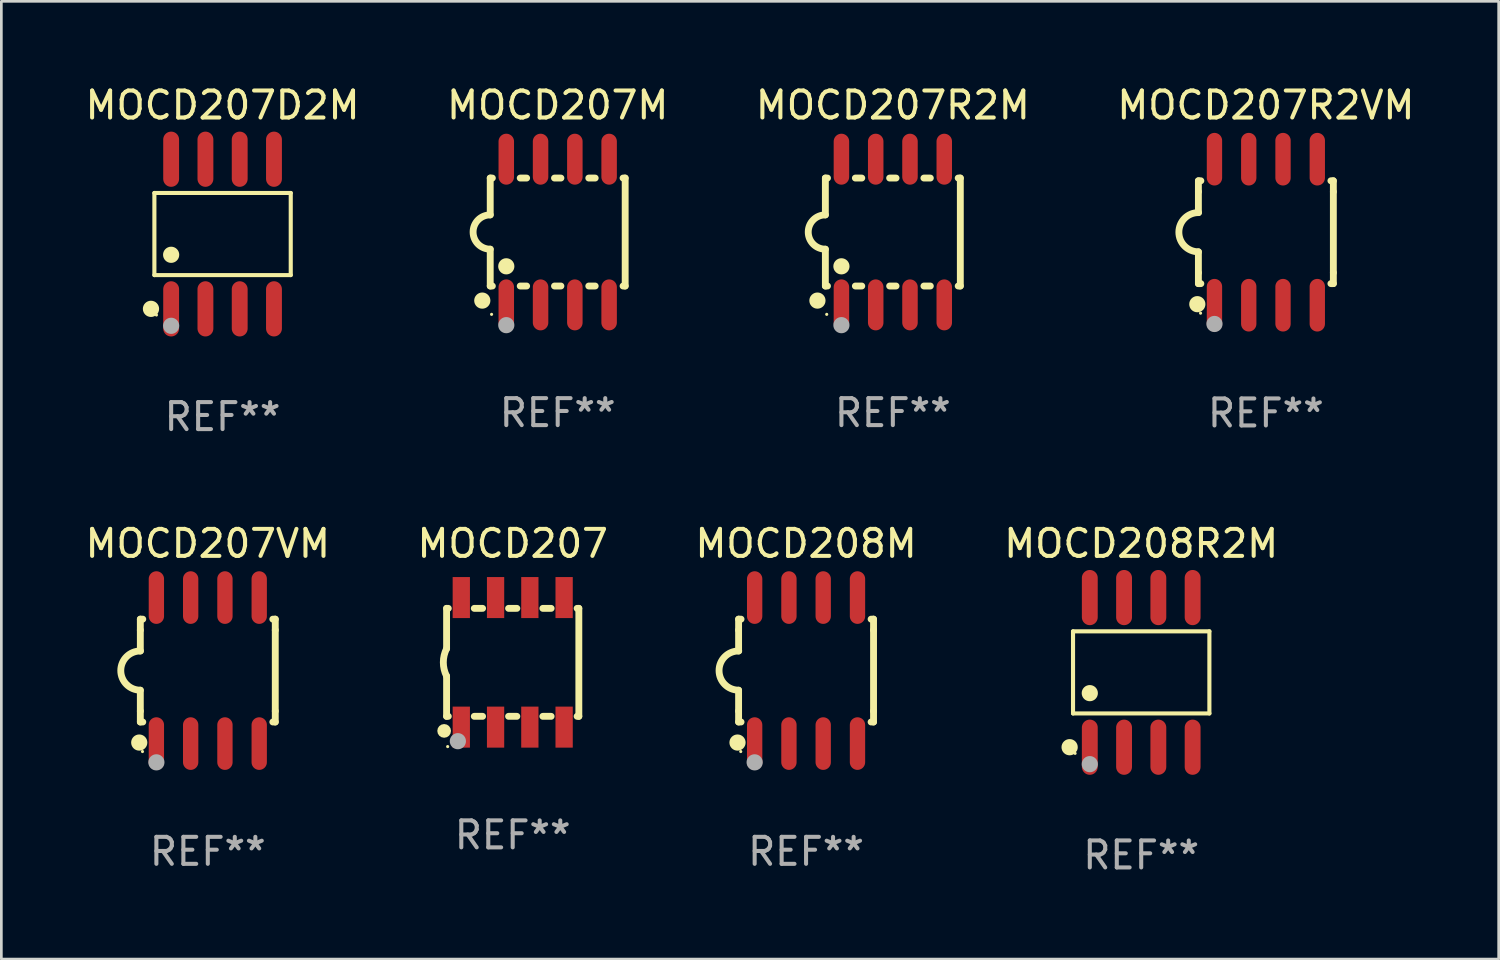
<source format=kicad_pcb>
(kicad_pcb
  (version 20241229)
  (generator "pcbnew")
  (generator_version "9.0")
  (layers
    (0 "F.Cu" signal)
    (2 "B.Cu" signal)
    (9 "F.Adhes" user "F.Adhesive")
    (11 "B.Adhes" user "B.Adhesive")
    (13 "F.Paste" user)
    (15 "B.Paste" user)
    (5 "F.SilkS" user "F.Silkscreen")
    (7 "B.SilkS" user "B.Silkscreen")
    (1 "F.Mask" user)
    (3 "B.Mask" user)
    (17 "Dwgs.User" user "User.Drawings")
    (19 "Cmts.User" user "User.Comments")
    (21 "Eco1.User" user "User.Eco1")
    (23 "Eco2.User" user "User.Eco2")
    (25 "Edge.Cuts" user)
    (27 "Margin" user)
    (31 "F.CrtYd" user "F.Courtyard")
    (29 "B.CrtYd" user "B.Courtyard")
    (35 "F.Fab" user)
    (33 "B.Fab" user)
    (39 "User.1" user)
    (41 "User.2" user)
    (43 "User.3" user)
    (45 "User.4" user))
  (footprint "MOCD207VM"
    (layer "F.Cu")
    (at 4.649 21.795)
    (property "Reference" "MOCD207VM" (at 0 -4.705 0) (layer "F.SilkS") (effects (font (size 1 1) (thickness 0.15))))
    (attr through_hole)
    (fp_line (start -2.5 -1.905) (end -2.409 -1.905) (stroke (width 0.254) (type solid)) (layer "F.SilkS"))
    (fp_line (start -2.5 -1.5) (end -2.5 -1.905) (stroke (width 0.254) (type solid)) (layer "F.SilkS"))
    (fp_line (start -2.5 -1.5) (end -2.5 -0.726) (stroke (width 0.254) (type solid)) (layer "F.SilkS"))
    (fp_line (start -2.5 1.5) (end -2.5 0.727) (stroke (width 0.254) (type solid)) (layer "F.SilkS"))
    (fp_line (start -2.5 1.5) (end -2.5 1.905) (stroke (width 0.254) (type solid)) (layer "F.SilkS"))
    (fp_line (start -2.5 1.905) (end -2.409 1.905) (stroke (width 0.254) (type solid)) (layer "F.SilkS"))
    (fp_line (start 2.5 -1.905) (end 2.409 -1.905) (stroke (width 0.254) (type solid)) (layer "F.SilkS"))
    (fp_line (start 2.5 -1.5) (end 2.5 -1.905) (stroke (width 0.254) (type solid)) (layer "F.SilkS"))
    (fp_line (start 2.5 -1.5) (end 2.5 1.5) (stroke (width 0.254) (type solid)) (layer "F.SilkS"))
    (fp_line (start 2.5 1.5) (end 2.5 1.905) (stroke (width 0.254) (type solid)) (layer "F.SilkS"))
    (fp_line (start 2.5 1.905) (end 2.409 1.905) (stroke (width 0.254) (type solid)) (layer "F.SilkS"))
    (fp_arc (start -2.5 0.726568) (mid -3.220316 -0.0023) (end -2.495097 -0.726289) (stroke (width 0.254001) (type solid)) (layer "F.SilkS"))
    (fp_circle (center -2.54 2.667) (end -2.39 2.667) (stroke (width 0.3) (type solid)) (fill no) (layer "F.SilkS"))
    (fp_circle (center -2.42 3) (end -2.39 3) (stroke (width 0.06) (type solid)) (fill no) (layer "F.SilkS"))
    (fp_circle (center -1.905 3.4) (end -1.755 3.4) (stroke (width 0.3) (type solid)) (fill no) (layer "F.Fab"))
    (fp_text user "REF**" (at 0 6.705 0) (layer "F.Fab") (effects (font (size 1 1) (thickness 0.15))))
    (pad "1" smd oval (at -1.905 2.705) (size 0.568 1.95) (layers "F.Cu" "F.Mask" "F.Paste"))
    (pad "2" smd oval (at -0.635 2.705) (size 0.568 1.95) (layers "F.Cu" "F.Mask" "F.Paste"))
    (pad "3" smd oval (at 0.635 2.705) (size 0.568 1.95) (layers "F.Cu" "F.Mask" "F.Paste"))
    (pad "4" smd oval (at 1.905 2.705) (size 0.568 1.95) (layers "F.Cu" "F.Mask" "F.Paste"))
    (pad "5" smd oval (at 1.905 -2.705) (size 0.568 1.95) (layers "F.Cu" "F.Mask" "F.Paste"))
    (pad "6" smd oval (at 0.635 -2.705) (size 0.568 1.95) (layers "F.Cu" "F.Mask" "F.Paste"))
    (pad "7" smd oval (at -0.635 -2.705) (size 0.568 1.95) (layers "F.Cu" "F.Mask" "F.Paste"))
    (pad "8" smd oval (at -1.905 -2.705) (size 0.568 1.95) (layers "F.Cu" "F.Mask" "F.Paste")))
  (footprint "MOCD207M"
    (layer "F.Cu")
    (at 17.613 5.547)
    (property "Reference" "MOCD207M" (at 0 -4.699 0) (layer "F.SilkS") (effects (font (size 1 1) (thickness 0.15))))
    (attr through_hole)
    (fp_line (start -2.5 -2) (end -2.5 -0.635) (stroke (width 0.254) (type solid)) (layer "F.SilkS"))
    (fp_line (start -2.5 -2) (end -2.421 -2) (stroke (width 0.254) (type solid)) (layer "F.SilkS"))
    (fp_line (start -2.5 2) (end -2.5 0.635) (stroke (width 0.254) (type solid)) (layer "F.SilkS"))
    (fp_line (start -2.5 2) (end -2.421 2) (stroke (width 0.254) (type solid)) (layer "F.SilkS"))
    (fp_line (start -1.389 -2) (end -1.151 -2) (stroke (width 0.254) (type solid)) (layer "F.SilkS"))
    (fp_line (start -1.389 2) (end -1.151 2) (stroke (width 0.254) (type solid)) (layer "F.SilkS"))
    (fp_line (start -0.119 -2) (end 0.119 -2) (stroke (width 0.254) (type solid)) (layer "F.SilkS"))
    (fp_line (start -0.119 2) (end 0.119 2) (stroke (width 0.254) (type solid)) (layer "F.SilkS"))
    (fp_line (start 1.151 -2) (end 1.389 -2) (stroke (width 0.254) (type solid)) (layer "F.SilkS"))
    (fp_line (start 1.151 2) (end 1.389 2) (stroke (width 0.254) (type solid)) (layer "F.SilkS"))
    (fp_line (start 2.421 -2) (end 2.5 -2) (stroke (width 0.254) (type solid)) (layer "F.SilkS"))
    (fp_line (start 2.421 2) (end 2.5 2) (stroke (width 0.254) (type solid)) (layer "F.SilkS"))
    (fp_line (start 2.5 -2) (end 2.5 2) (stroke (width 0.254) (type solid)) (layer "F.SilkS"))
    (fp_arc (start -2.5 0.635001) (mid -3.134366 -0.000318) (end -2.499365 -0.635001) (stroke (width 0.254001) (type solid)) (layer "F.SilkS"))
    (fp_circle (center -2.794 2.54) (end -2.644 2.54) (stroke (width 0.3) (type solid)) (fill no) (layer "F.SilkS"))
    (fp_circle (center -2.45 3.05) (end -2.42 3.05) (stroke (width 0.06) (type solid)) (fill no) (layer "F.SilkS"))
    (fp_circle (center -1.905 1.27) (end -1.755 1.27) (stroke (width 0.3) (type solid)) (fill no) (layer "F.SilkS"))
    (fp_circle (center -1.905 3.45) (end -1.755 3.45) (stroke (width 0.3) (type solid)) (fill no) (layer "F.Fab"))
    (fp_text user "REF**" (at 0 6.699 0) (layer "F.Fab") (effects (font (size 1 1) (thickness 0.15))))
    (pad "1" smd oval (at -1.905 2.699) (size 0.574 1.888) (layers "F.Cu" "F.Mask" "F.Paste"))
    (pad "2" smd oval (at -0.635 2.699) (size 0.574 1.888) (layers "F.Cu" "F.Mask" "F.Paste"))
    (pad "3" smd oval (at 0.635 2.699) (size 0.574 1.888) (layers "F.Cu" "F.Mask" "F.Paste"))
    (pad "4" smd oval (at 1.905 2.699) (size 0.574 1.888) (layers "F.Cu" "F.Mask" "F.Paste"))
    (pad "5" smd oval (at 1.905 -2.699) (size 0.574 1.888) (layers "F.Cu" "F.Mask" "F.Paste"))
    (pad "6" smd oval (at 0.635 -2.699) (size 0.574 1.888) (layers "F.Cu" "F.Mask" "F.Paste"))
    (pad "7" smd oval (at -0.635 -2.699) (size 0.574 1.888) (layers "F.Cu" "F.Mask" "F.Paste"))
    (pad "8" smd oval (at -1.905 -2.699) (size 0.574 1.888) (layers "F.Cu" "F.Mask" "F.Paste")))
  (footprint "MOCD207D2M"
    (layer "F.Cu")
    (at 5.196 5.621)
    (property "Reference" "MOCD207D2M" (at 0 -4.772 0) (layer "F.SilkS") (effects (font (size 1 1) (thickness 0.15))))
    (attr through_hole)
    (fp_line (start -2.526 -1.521) (end 2.526 -1.521) (stroke (width 0.152) (type solid)) (layer "F.SilkS"))
    (fp_line (start -2.526 1.521) (end -2.526 -1.521) (stroke (width 0.152) (type solid)) (layer "F.SilkS"))
    (fp_line (start 2.526 -1.521) (end 2.526 1.521) (stroke (width 0.152) (type solid)) (layer "F.SilkS"))
    (fp_line (start 2.526 1.521) (end -2.526 1.521) (stroke (width 0.152) (type solid)) (layer "F.SilkS"))
    (fp_circle (center -2.652 2.772) (end -2.501 2.772) (stroke (width 0.3) (type solid)) (fill no) (layer "F.SilkS"))
    (fp_circle (center -2.45 3) (end -2.42 3) (stroke (width 0.06) (type solid)) (fill no) (layer "F.SilkS"))
    (fp_circle (center -1.905 0.769) (end -1.755 0.769) (stroke (width 0.3) (type solid)) (fill no) (layer "F.SilkS"))
    (fp_circle (center -1.905 3.4) (end -1.755 3.4) (stroke (width 0.3) (type solid)) (fill no) (layer "F.Fab"))
    (fp_text user "REF**" (at 0 6.772 0) (layer "F.Fab") (effects (font (size 1 1) (thickness 0.15))))
    (pad "1" smd oval (at -1.905 2.772) (size 0.588 2.045) (layers "F.Cu" "F.Mask" "F.Paste"))
    (pad "2" smd oval (at -0.635 2.772) (size 0.588 2.045) (layers "F.Cu" "F.Mask" "F.Paste"))
    (pad "3" smd oval (at 0.635 2.772) (size 0.588 2.045) (layers "F.Cu" "F.Mask" "F.Paste"))
    (pad "4" smd oval (at 1.905 2.772) (size 0.588 2.045) (layers "F.Cu" "F.Mask" "F.Paste"))
    (pad "5" smd oval (at 1.905 -2.772) (size 0.588 2.045) (layers "F.Cu" "F.Mask" "F.Paste"))
    (pad "6" smd oval (at 0.635 -2.772) (size 0.588 2.045) (layers "F.Cu" "F.Mask" "F.Paste"))
    (pad "7" smd oval (at -0.635 -2.772) (size 0.588 2.045) (layers "F.Cu" "F.Mask" "F.Paste"))
    (pad "8" smd oval (at -1.905 -2.772) (size 0.588 2.045) (layers "F.Cu" "F.Mask" "F.Paste")))
  (footprint "MOCD208R2M"
    (layer "F.Cu")
    (at 39.232 21.862)
    (property "Reference" "MOCD208R2M" (at 0 -4.772 0) (layer "F.SilkS") (effects (font (size 1 1) (thickness 0.15))))
    (attr through_hole)
    (fp_line (start -2.526 -1.521) (end 2.526 -1.521) (stroke (width 0.152) (type solid)) (layer "F.SilkS"))
    (fp_line (start -2.526 1.521) (end -2.526 -1.521) (stroke (width 0.152) (type solid)) (layer "F.SilkS"))
    (fp_line (start 2.526 -1.521) (end 2.526 1.521) (stroke (width 0.152) (type solid)) (layer "F.SilkS"))
    (fp_line (start 2.526 1.521) (end -2.526 1.521) (stroke (width 0.152) (type solid)) (layer "F.SilkS"))
    (fp_circle (center -2.652 2.772) (end -2.501 2.772) (stroke (width 0.3) (type solid)) (fill no) (layer "F.SilkS"))
    (fp_circle (center -2.45 3) (end -2.42 3) (stroke (width 0.06) (type solid)) (fill no) (layer "F.SilkS"))
    (fp_circle (center -1.905 0.769) (end -1.755 0.769) (stroke (width 0.3) (type solid)) (fill no) (layer "F.SilkS"))
    (fp_circle (center -1.905 3.4) (end -1.755 3.4) (stroke (width 0.3) (type solid)) (fill no) (layer "F.Fab"))
    (fp_text user "REF**" (at 0 6.772 0) (layer "F.Fab") (effects (font (size 1 1) (thickness 0.15))))
    (pad "1" smd oval (at -1.905 2.772) (size 0.588 2.045) (layers "F.Cu" "F.Mask" "F.Paste"))
    (pad "2" smd oval (at -0.635 2.772) (size 0.588 2.045) (layers "F.Cu" "F.Mask" "F.Paste"))
    (pad "3" smd oval (at 0.635 2.772) (size 0.588 2.045) (layers "F.Cu" "F.Mask" "F.Paste"))
    (pad "4" smd oval (at 1.905 2.772) (size 0.588 2.045) (layers "F.Cu" "F.Mask" "F.Paste"))
    (pad "5" smd oval (at 1.905 -2.772) (size 0.588 2.045) (layers "F.Cu" "F.Mask" "F.Paste"))
    (pad "6" smd oval (at 0.635 -2.772) (size 0.588 2.045) (layers "F.Cu" "F.Mask" "F.Paste"))
    (pad "7" smd oval (at -0.635 -2.772) (size 0.588 2.045) (layers "F.Cu" "F.Mask" "F.Paste"))
    (pad "8" smd oval (at -1.905 -2.772) (size 0.588 2.045) (layers "F.Cu" "F.Mask" "F.Paste")))
  (footprint "MOCD207"
    (layer "F.Cu")
    (at 15.946 21.49)
    (property "Reference" "MOCD207" (at 0 -4.4 0) (layer "F.SilkS") (effects (font (size 1 1) (thickness 0.15))))
    (attr through_hole)
    (fp_line (start -2.45 -0.508) (end -2.45 -2) (stroke (width 0.254) (type solid)) (layer "F.SilkS"))
    (fp_line (start -2.45 2) (end -2.45 0.508) (stroke (width 0.254) (type solid)) (layer "F.SilkS"))
    (fp_line (start -2.45 2) (end -2.386 2) (stroke (width 0.254) (type solid)) (layer "F.SilkS"))
    (fp_line (start -2.386 -2) (end -2.45 -2) (stroke (width 0.254) (type solid)) (layer "F.SilkS"))
    (fp_line (start -1.424 2) (end -1.116 2) (stroke (width 0.254) (type solid)) (layer "F.SilkS"))
    (fp_line (start -1.116 -2) (end -1.424 -2) (stroke (width 0.254) (type solid)) (layer "F.SilkS"))
    (fp_line (start -0.154 2) (end 0.154 2) (stroke (width 0.254) (type solid)) (layer "F.SilkS"))
    (fp_line (start 0.154 -2) (end -0.154 -2) (stroke (width 0.254) (type solid)) (layer "F.SilkS"))
    (fp_line (start 1.116 2) (end 1.424 2) (stroke (width 0.254) (type solid)) (layer "F.SilkS"))
    (fp_line (start 1.424 -2) (end 1.116 -2) (stroke (width 0.254) (type solid)) (layer "F.SilkS"))
    (fp_line (start 2.386 2) (end 2.45 2) (stroke (width 0.254) (type solid)) (layer "F.SilkS"))
    (fp_line (start 2.45 -2) (end 2.386 -2) (stroke (width 0.254) (type solid)) (layer "F.SilkS"))
    (fp_line (start 2.45 2) (end 2.45 -2) (stroke (width 0.254) (type solid)) (layer "F.SilkS"))
    (fp_arc (start -2.451105 0.508001) (mid -2.570655 -0.000129) (end -2.450013 -0.508001) (stroke (width 0.254001) (type solid)) (layer "F.SilkS"))
    (fp_circle (center -2.54 2.54) (end -2.413 2.54) (stroke (width 0.254) (type solid)) (fill no) (layer "F.SilkS"))
    (fp_circle (center -2.41 3.121) (end -2.38 3.121) (stroke (width 0.06) (type solid)) (fill no) (layer "F.SilkS"))
    (fp_circle (center -2.032 2.921) (end -1.882 2.921) (stroke (width 0.3) (type solid)) (fill no) (layer "F.Fab"))
    (fp_text user "REF**" (at 0 6.4 0) (layer "F.Fab") (effects (font (size 1 1) (thickness 0.15))))
    (pad "1" smd rect (at -1.905 2.4) (size 0.64 1.52) (layers "F.Cu" "F.Mask" "F.Paste"))
    (pad "2" smd rect (at -0.635 2.4) (size 0.64 1.52) (layers "F.Cu" "F.Mask" "F.Paste"))
    (pad "3" smd rect (at 0.635 2.4) (size 0.64 1.52) (layers "F.Cu" "F.Mask" "F.Paste"))
    (pad "4" smd rect (at 1.905 2.4) (size 0.64 1.52) (layers "F.Cu" "F.Mask" "F.Paste"))
    (pad "5" smd rect (at 1.905 -2.4) (size 0.64 1.52) (layers "F.Cu" "F.Mask" "F.Paste"))
    (pad "6" smd rect (at 0.635 -2.4) (size 0.64 1.52) (layers "F.Cu" "F.Mask" "F.Paste"))
    (pad "7" smd rect (at -0.635 -2.4) (size 0.64 1.52) (layers "F.Cu" "F.Mask" "F.Paste"))
    (pad "8" smd rect (at -1.905 -2.4) (size 0.64 1.52) (layers "F.Cu" "F.Mask" "F.Paste")))
  (footprint "MOCD208M"
    (layer "F.Cu")
    (at 26.815 21.795)
    (property "Reference" "MOCD208M" (at 0 -4.705 0) (layer "F.SilkS") (effects (font (size 1 1) (thickness 0.15))))
    (attr through_hole)
    (fp_line (start -2.5 -1.905) (end -2.409 -1.905) (stroke (width 0.254) (type solid)) (layer "F.SilkS"))
    (fp_line (start -2.5 -1.5) (end -2.5 -1.905) (stroke (width 0.254) (type solid)) (layer "F.SilkS"))
    (fp_line (start -2.5 -1.5) (end -2.5 -0.726) (stroke (width 0.254) (type solid)) (layer "F.SilkS"))
    (fp_line (start -2.5 1.5) (end -2.5 0.727) (stroke (width 0.254) (type solid)) (layer "F.SilkS"))
    (fp_line (start -2.5 1.5) (end -2.5 1.905) (stroke (width 0.254) (type solid)) (layer "F.SilkS"))
    (fp_line (start -2.5 1.905) (end -2.409 1.905) (stroke (width 0.254) (type solid)) (layer "F.SilkS"))
    (fp_line (start 2.5 -1.905) (end 2.409 -1.905) (stroke (width 0.254) (type solid)) (layer "F.SilkS"))
    (fp_line (start 2.5 -1.5) (end 2.5 -1.905) (stroke (width 0.254) (type solid)) (layer "F.SilkS"))
    (fp_line (start 2.5 -1.5) (end 2.5 1.5) (stroke (width 0.254) (type solid)) (layer "F.SilkS"))
    (fp_line (start 2.5 1.5) (end 2.5 1.905) (stroke (width 0.254) (type solid)) (layer "F.SilkS"))
    (fp_line (start 2.5 1.905) (end 2.409 1.905) (stroke (width 0.254) (type solid)) (layer "F.SilkS"))
    (fp_arc (start -2.5 0.726568) (mid -3.220316 -0.0023) (end -2.495097 -0.726289) (stroke (width 0.254001) (type solid)) (layer "F.SilkS"))
    (fp_circle (center -2.54 2.667) (end -2.39 2.667) (stroke (width 0.3) (type solid)) (fill no) (layer "F.SilkS"))
    (fp_circle (center -2.42 3) (end -2.39 3) (stroke (width 0.06) (type solid)) (fill no) (layer "F.SilkS"))
    (fp_circle (center -1.905 3.4) (end -1.755 3.4) (stroke (width 0.3) (type solid)) (fill no) (layer "F.Fab"))
    (fp_text user "REF**" (at 0 6.705 0) (layer "F.Fab") (effects (font (size 1 1) (thickness 0.15))))
    (pad "1" smd oval (at -1.905 2.705) (size 0.568 1.95) (layers "F.Cu" "F.Mask" "F.Paste"))
    (pad "2" smd oval (at -0.635 2.705) (size 0.568 1.95) (layers "F.Cu" "F.Mask" "F.Paste"))
    (pad "3" smd oval (at 0.635 2.705) (size 0.568 1.95) (layers "F.Cu" "F.Mask" "F.Paste"))
    (pad "4" smd oval (at 1.905 2.705) (size 0.568 1.95) (layers "F.Cu" "F.Mask" "F.Paste"))
    (pad "5" smd oval (at 1.905 -2.705) (size 0.568 1.95) (layers "F.Cu" "F.Mask" "F.Paste"))
    (pad "6" smd oval (at 0.635 -2.705) (size 0.568 1.95) (layers "F.Cu" "F.Mask" "F.Paste"))
    (pad "7" smd oval (at -0.635 -2.705) (size 0.568 1.95) (layers "F.Cu" "F.Mask" "F.Paste"))
    (pad "8" smd oval (at -1.905 -2.705) (size 0.568 1.95) (layers "F.Cu" "F.Mask" "F.Paste")))
  (footprint "MOCD207R2VM"
    (layer "F.Cu")
    (at 43.851 5.553)
    (property "Reference" "MOCD207R2VM" (at 0 -4.705 0) (layer "F.SilkS") (effects (font (size 1 1) (thickness 0.15))))
    (attr through_hole)
    (fp_line (start -2.5 -1.905) (end -2.409 -1.905) (stroke (width 0.254) (type solid)) (layer "F.SilkS"))
    (fp_line (start -2.5 -1.5) (end -2.5 -1.905) (stroke (width 0.254) (type solid)) (layer "F.SilkS"))
    (fp_line (start -2.5 -1.5) (end -2.5 -0.726) (stroke (width 0.254) (type solid)) (layer "F.SilkS"))
    (fp_line (start -2.5 1.5) (end -2.5 0.727) (stroke (width 0.254) (type solid)) (layer "F.SilkS"))
    (fp_line (start -2.5 1.5) (end -2.5 1.905) (stroke (width 0.254) (type solid)) (layer "F.SilkS"))
    (fp_line (start -2.5 1.905) (end -2.409 1.905) (stroke (width 0.254) (type solid)) (layer "F.SilkS"))
    (fp_line (start 2.5 -1.905) (end 2.409 -1.905) (stroke (width 0.254) (type solid)) (layer "F.SilkS"))
    (fp_line (start 2.5 -1.5) (end 2.5 -1.905) (stroke (width 0.254) (type solid)) (layer "F.SilkS"))
    (fp_line (start 2.5 -1.5) (end 2.5 1.5) (stroke (width 0.254) (type solid)) (layer "F.SilkS"))
    (fp_line (start 2.5 1.5) (end 2.5 1.905) (stroke (width 0.254) (type solid)) (layer "F.SilkS"))
    (fp_line (start 2.5 1.905) (end 2.409 1.905) (stroke (width 0.254) (type solid)) (layer "F.SilkS"))
    (fp_arc (start -2.5 0.726568) (mid -3.220316 -0.0023) (end -2.495097 -0.726289) (stroke (width 0.254001) (type solid)) (layer "F.SilkS"))
    (fp_circle (center -2.54 2.667) (end -2.39 2.667) (stroke (width 0.3) (type solid)) (fill no) (layer "F.SilkS"))
    (fp_circle (center -2.42 3) (end -2.39 3) (stroke (width 0.06) (type solid)) (fill no) (layer "F.SilkS"))
    (fp_circle (center -1.905 3.4) (end -1.755 3.4) (stroke (width 0.3) (type solid)) (fill no) (layer "F.Fab"))
    (fp_text user "REF**" (at 0 6.705 0) (layer "F.Fab") (effects (font (size 1 1) (thickness 0.15))))
    (pad "1" smd oval (at -1.905 2.705) (size 0.568 1.95) (layers "F.Cu" "F.Mask" "F.Paste"))
    (pad "2" smd oval (at -0.635 2.705) (size 0.568 1.95) (layers "F.Cu" "F.Mask" "F.Paste"))
    (pad "3" smd oval (at 0.635 2.705) (size 0.568 1.95) (layers "F.Cu" "F.Mask" "F.Paste"))
    (pad "4" smd oval (at 1.905 2.705) (size 0.568 1.95) (layers "F.Cu" "F.Mask" "F.Paste"))
    (pad "5" smd oval (at 1.905 -2.705) (size 0.568 1.95) (layers "F.Cu" "F.Mask" "F.Paste"))
    (pad "6" smd oval (at 0.635 -2.705) (size 0.568 1.95) (layers "F.Cu" "F.Mask" "F.Paste"))
    (pad "7" smd oval (at -0.635 -2.705) (size 0.568 1.95) (layers "F.Cu" "F.Mask" "F.Paste"))
    (pad "8" smd oval (at -1.905 -2.705) (size 0.568 1.95) (layers "F.Cu" "F.Mask" "F.Paste")))
  (footprint "MOCD207R2M"
    (layer "F.Cu")
    (at 30.03 5.547)
    (property "Reference" "MOCD207R2M" (at 0 -4.699 0) (layer "F.SilkS") (effects (font (size 1 1) (thickness 0.15))))
    (attr through_hole)
    (fp_line (start -2.5 -2) (end -2.5 -0.635) (stroke (width 0.254) (type solid)) (layer "F.SilkS"))
    (fp_line (start -2.5 -2) (end -2.421 -2) (stroke (width 0.254) (type solid)) (layer "F.SilkS"))
    (fp_line (start -2.5 2) (end -2.5 0.635) (stroke (width 0.254) (type solid)) (layer "F.SilkS"))
    (fp_line (start -2.5 2) (end -2.421 2) (stroke (width 0.254) (type solid)) (layer "F.SilkS"))
    (fp_line (start -1.389 -2) (end -1.151 -2) (stroke (width 0.254) (type solid)) (layer "F.SilkS"))
    (fp_line (start -1.389 2) (end -1.151 2) (stroke (width 0.254) (type solid)) (layer "F.SilkS"))
    (fp_line (start -0.119 -2) (end 0.119 -2) (stroke (width 0.254) (type solid)) (layer "F.SilkS"))
    (fp_line (start -0.119 2) (end 0.119 2) (stroke (width 0.254) (type solid)) (layer "F.SilkS"))
    (fp_line (start 1.151 -2) (end 1.389 -2) (stroke (width 0.254) (type solid)) (layer "F.SilkS"))
    (fp_line (start 1.151 2) (end 1.389 2) (stroke (width 0.254) (type solid)) (layer "F.SilkS"))
    (fp_line (start 2.421 -2) (end 2.5 -2) (stroke (width 0.254) (type solid)) (layer "F.SilkS"))
    (fp_line (start 2.421 2) (end 2.5 2) (stroke (width 0.254) (type solid)) (layer "F.SilkS"))
    (fp_line (start 2.5 -2) (end 2.5 2) (stroke (width 0.254) (type solid)) (layer "F.SilkS"))
    (fp_arc (start -2.5 0.635001) (mid -3.134366 -0.000318) (end -2.499365 -0.635001) (stroke (width 0.254001) (type solid)) (layer "F.SilkS"))
    (fp_circle (center -2.794 2.54) (end -2.644 2.54) (stroke (width 0.3) (type solid)) (fill no) (layer "F.SilkS"))
    (fp_circle (center -2.45 3.05) (end -2.42 3.05) (stroke (width 0.06) (type solid)) (fill no) (layer "F.SilkS"))
    (fp_circle (center -1.905 1.27) (end -1.755 1.27) (stroke (width 0.3) (type solid)) (fill no) (layer "F.SilkS"))
    (fp_circle (center -1.905 3.45) (end -1.755 3.45) (stroke (width 0.3) (type solid)) (fill no) (layer "F.Fab"))
    (fp_text user "REF**" (at 0 6.699 0) (layer "F.Fab") (effects (font (size 1 1) (thickness 0.15))))
    (pad "1" smd oval (at -1.905 2.699) (size 0.574 1.888) (layers "F.Cu" "F.Mask" "F.Paste"))
    (pad "2" smd oval (at -0.635 2.699) (size 0.574 1.888) (layers "F.Cu" "F.Mask" "F.Paste"))
    (pad "3" smd oval (at 0.635 2.699) (size 0.574 1.888) (layers "F.Cu" "F.Mask" "F.Paste"))
    (pad "4" smd oval (at 1.905 2.699) (size 0.574 1.888) (layers "F.Cu" "F.Mask" "F.Paste"))
    (pad "5" smd oval (at 1.905 -2.699) (size 0.574 1.888) (layers "F.Cu" "F.Mask" "F.Paste"))
    (pad "6" smd oval (at 0.635 -2.699) (size 0.574 1.888) (layers "F.Cu" "F.Mask" "F.Paste"))
    (pad "7" smd oval (at -0.635 -2.699) (size 0.574 1.888) (layers "F.Cu" "F.Mask" "F.Paste"))
    (pad "8" smd oval (at -1.905 -2.699) (size 0.574 1.888) (layers "F.Cu" "F.Mask" "F.Paste")))
  (gr_rect
    (start -3 -3)
    (end 52.476 32.483)
    (stroke (width 0.1) (type default))
    (fill no)
    (layer "Edge.Cuts")))
</source>
